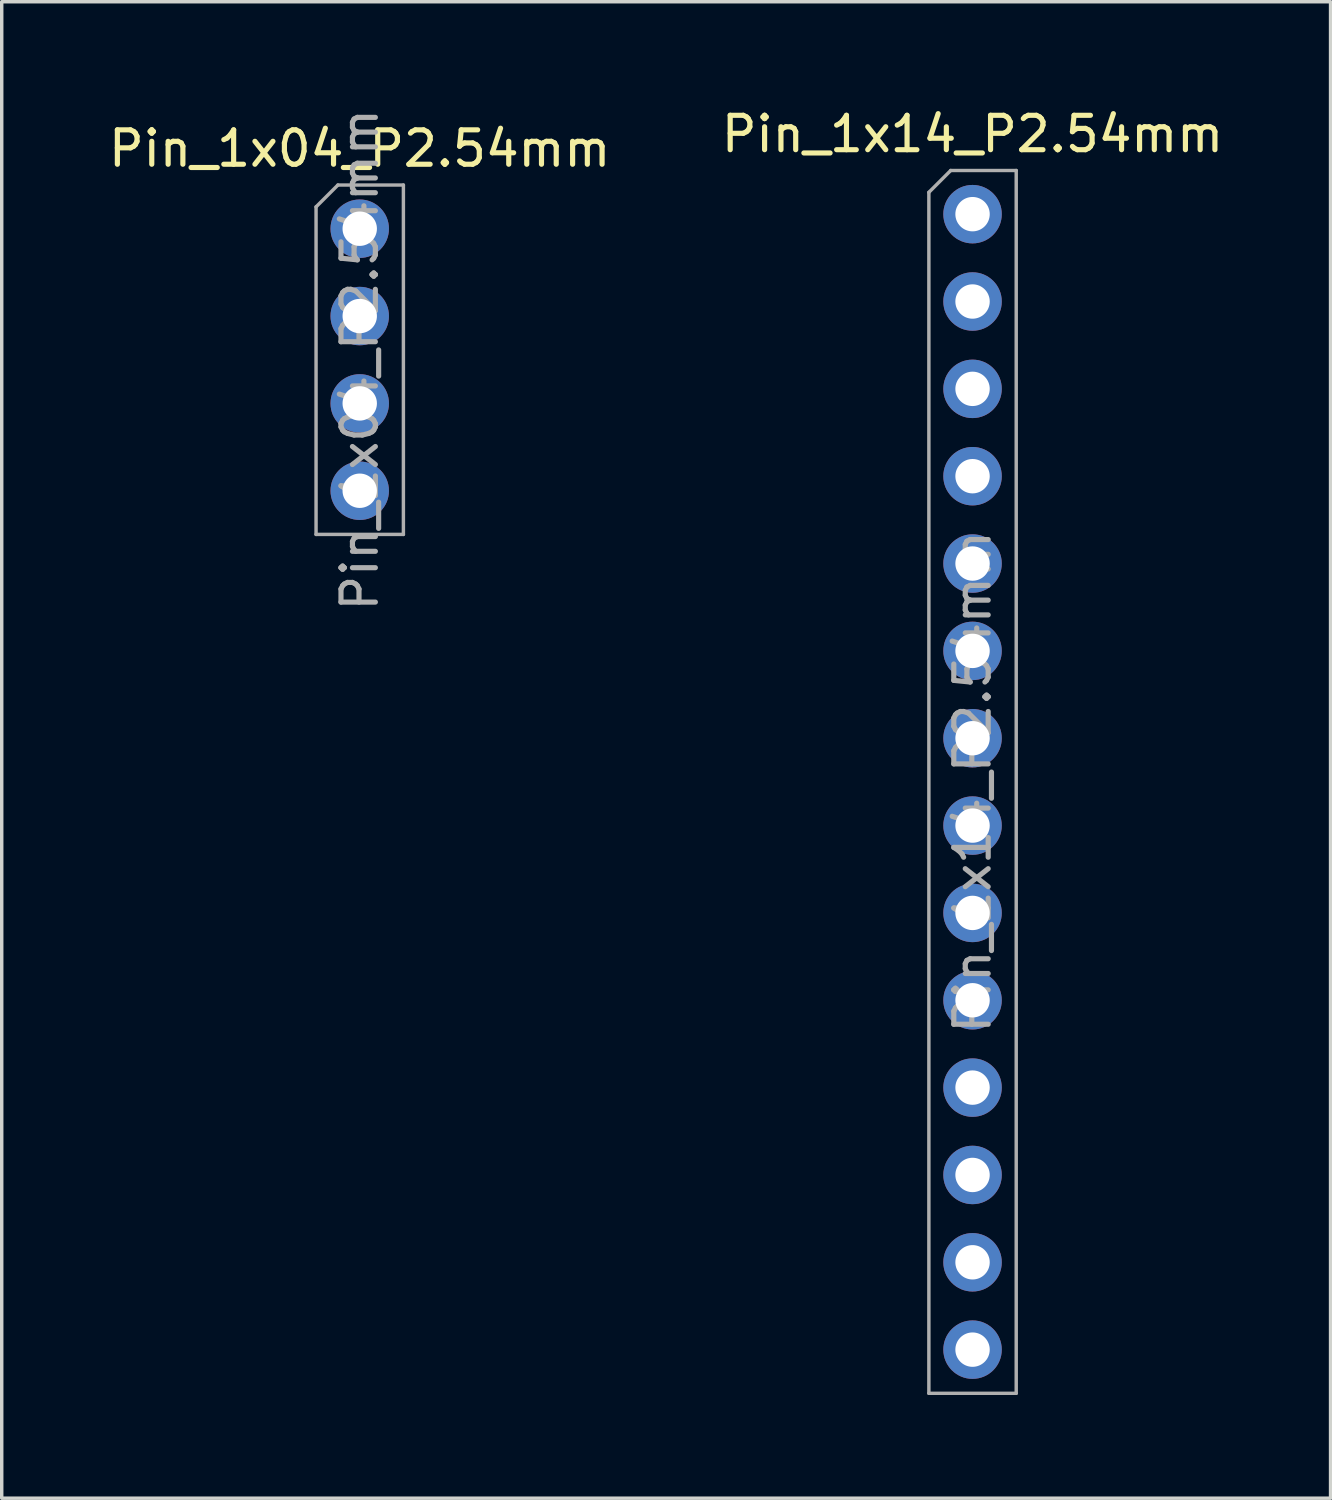
<source format=kicad_pcb>
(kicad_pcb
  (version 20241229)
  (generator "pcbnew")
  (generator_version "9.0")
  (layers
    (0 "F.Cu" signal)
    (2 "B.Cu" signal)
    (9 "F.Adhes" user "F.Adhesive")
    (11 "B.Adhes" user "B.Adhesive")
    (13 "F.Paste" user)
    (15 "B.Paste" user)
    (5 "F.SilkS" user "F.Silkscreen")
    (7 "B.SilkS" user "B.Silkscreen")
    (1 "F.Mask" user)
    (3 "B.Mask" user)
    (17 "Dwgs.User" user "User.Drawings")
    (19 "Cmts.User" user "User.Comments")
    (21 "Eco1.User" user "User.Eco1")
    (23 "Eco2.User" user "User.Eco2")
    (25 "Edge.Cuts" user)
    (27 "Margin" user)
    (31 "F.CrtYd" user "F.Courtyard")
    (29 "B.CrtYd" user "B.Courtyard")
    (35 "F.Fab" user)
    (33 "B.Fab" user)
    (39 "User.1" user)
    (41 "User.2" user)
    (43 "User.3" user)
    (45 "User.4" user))
  (footprint "Pin_1x04_P2.54mm"
    (layer "F.Cu")
    (at 7.411 3.601)
    (property "Reference" "Pin_1x04_P2.54mm" (at 0 -2.33 0) (layer "F.SilkS") (effects (font (size 1 1) (thickness 0.15))))
    (attr through_hole)
    (fp_line (start -1.27 -0.635) (end -0.635 -1.27) (stroke (width 0.1) (type solid)) (layer "F.Fab"))
    (fp_line (start -1.27 8.89) (end -1.27 -0.635) (stroke (width 0.1) (type solid)) (layer "F.Fab"))
    (fp_line (start -0.635 -1.27) (end 1.27 -1.27) (stroke (width 0.1) (type solid)) (layer "F.Fab"))
    (fp_line (start 1.27 -1.27) (end 1.27 8.89) (stroke (width 0.1) (type solid)) (layer "F.Fab"))
    (fp_line (start 1.27 8.89) (end -1.27 8.89) (stroke (width 0.1) (type solid)) (layer "F.Fab"))
    (fp_text user "${REFERENCE}" (at 0 3.81 90) (layer "F.Fab") (effects (font (size 1 1) (thickness 0.15))))
    (pad "1" thru_hole circle (at 0 0) (size 1.7 1.7) (drill 1) (layers "*.Cu" "*.Mask"))
    (pad "2" thru_hole circle (at 0 2.54) (size 1.7 1.7) (drill 1) (layers "*.Cu" "*.Mask"))
    (pad "3" thru_hole circle (at 0 5.08) (size 1.7 1.7) (drill 1) (layers "*.Cu" "*.Mask"))
    (pad "4" thru_hole circle (at 0 7.62) (size 1.7 1.7) (drill 1) (layers "*.Cu" "*.Mask")))
  (footprint "Pin_1x14_P2.54mm"
    (layer "F.Cu")
    (at 25.232 3.178)
    (property "Reference" "Pin_1x14_P2.54mm" (at 0 -2.33 0) (layer "F.SilkS") (effects (font (size 1 1) (thickness 0.15))))
    (attr through_hole)
    (fp_line (start -1.27 -0.635) (end -0.635 -1.27) (stroke (width 0.1) (type solid)) (layer "F.Fab"))
    (fp_line (start -1.27 34.29) (end -1.27 -0.635) (stroke (width 0.1) (type solid)) (layer "F.Fab"))
    (fp_line (start -0.635 -1.27) (end 1.27 -1.27) (stroke (width 0.1) (type solid)) (layer "F.Fab"))
    (fp_line (start 1.27 -1.27) (end 1.27 34.29) (stroke (width 0.1) (type solid)) (layer "F.Fab"))
    (fp_line (start 1.27 34.29) (end -1.27 34.29) (stroke (width 0.1) (type solid)) (layer "F.Fab"))
    (fp_text user "${REFERENCE}" (at 0 16.51 90) (layer "F.Fab") (effects (font (size 1 1) (thickness 0.15))))
    (pad "1" thru_hole circle (at 0 0) (size 1.7 1.7) (drill 1) (layers "*.Cu" "*.Mask"))
    (pad "2" thru_hole circle (at 0 2.54) (size 1.7 1.7) (drill 1) (layers "*.Cu" "*.Mask"))
    (pad "3" thru_hole circle (at 0 5.08) (size 1.7 1.7) (drill 1) (layers "*.Cu" "*.Mask"))
    (pad "4" thru_hole circle (at 0 7.62) (size 1.7 1.7) (drill 1) (layers "*.Cu" "*.Mask"))
    (pad "5" thru_hole circle (at 0 10.16) (size 1.7 1.7) (drill 1) (layers "*.Cu" "*.Mask"))
    (pad "6" thru_hole circle (at 0 12.7) (size 1.7 1.7) (drill 1) (layers "*.Cu" "*.Mask"))
    (pad "7" thru_hole circle (at 0 15.24) (size 1.7 1.7) (drill 1) (layers "*.Cu" "*.Mask"))
    (pad "8" thru_hole circle (at 0 17.78) (size 1.7 1.7) (drill 1) (layers "*.Cu" "*.Mask"))
    (pad "9" thru_hole circle (at 0 20.32) (size 1.7 1.7) (drill 1) (layers "*.Cu" "*.Mask"))
    (pad "10" thru_hole circle (at 0 22.86) (size 1.7 1.7) (drill 1) (layers "*.Cu" "*.Mask"))
    (pad "11" thru_hole circle (at 0 25.4) (size 1.7 1.7) (drill 1) (layers "*.Cu" "*.Mask"))
    (pad "12" thru_hole circle (at 0 27.94) (size 1.7 1.7) (drill 1) (layers "*.Cu" "*.Mask"))
    (pad "13" thru_hole circle (at 0 30.48) (size 1.7 1.7) (drill 1) (layers "*.Cu" "*.Mask"))
    (pad "14" thru_hole circle (at 0 33.02) (size 1.7 1.7) (drill 1) (layers "*.Cu" "*.Mask")))
  (gr_rect
    (start -3 -3)
    (end 35.643 40.518)
    (stroke (width 0.1) (type default))
    (fill no)
    (layer "Edge.Cuts")))
</source>
